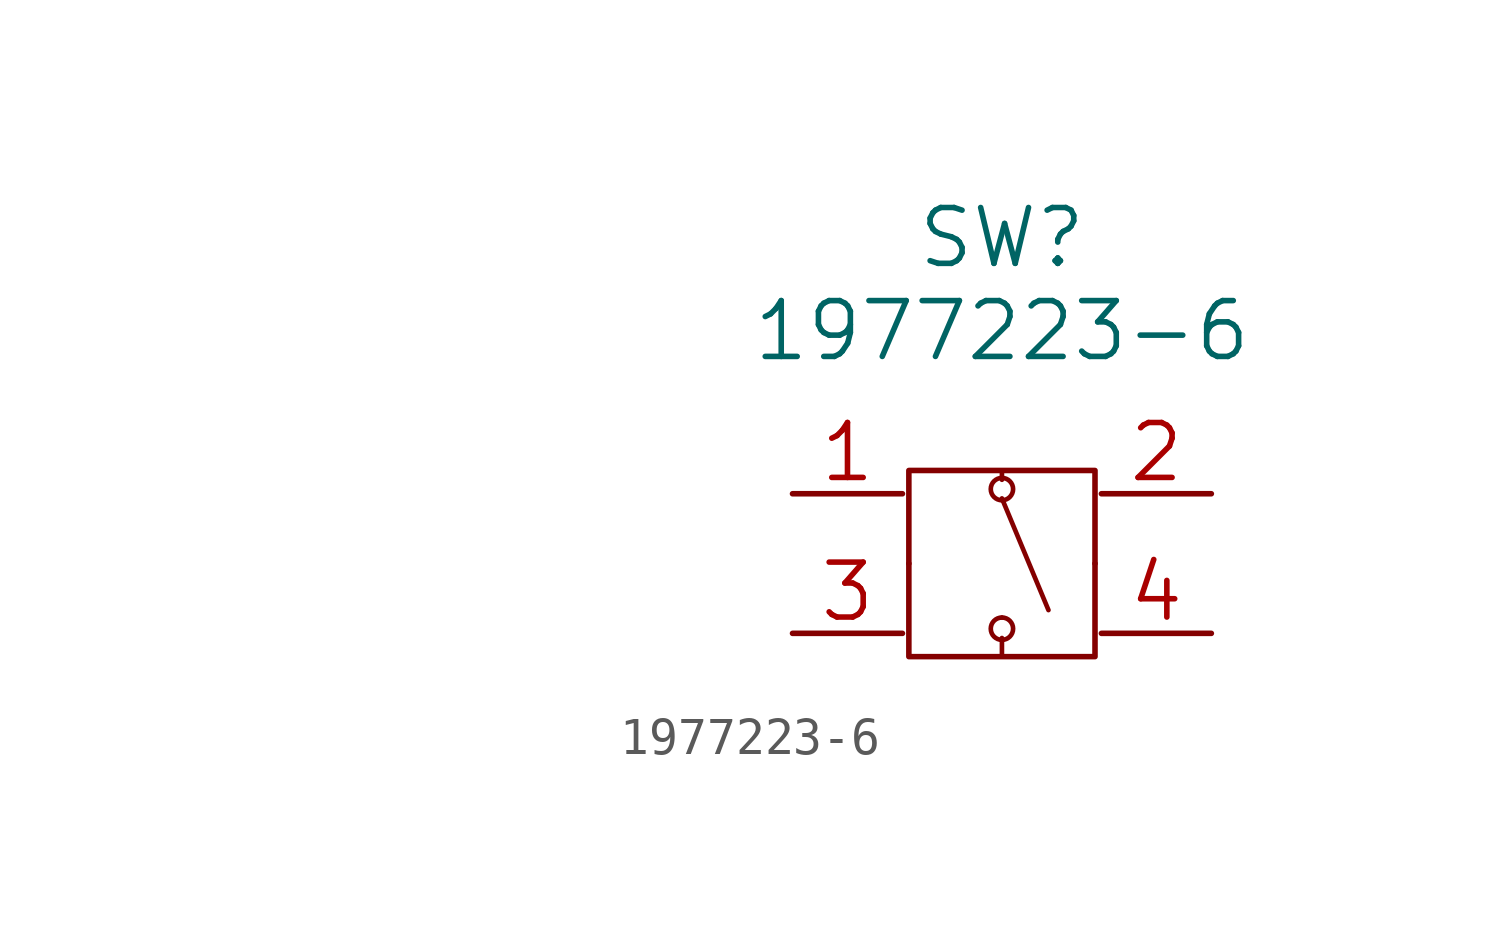
<source format=kicad_sym>
(kicad_symbol_lib
  (version 20211014)
  (generator kicad_symbol_editor)
  (symbol "1977223-6"
    (pin_names
      (offset 0.254) hide)
    (property "Reference" "SW"
      (at 20.32 10.16 0)
      (effects (font (size 1.524 1.524))))
    (property "Value" "1977223-6"
      (at 20.32 7.62 0)
      (effects (font (size 1.524 1.524))))
    (property "Datasheet" ""
      (at 0 0 0)
      (effects (font (size 1.524 1.524))))
    (property "ki_locked" ""
      (at 0 0 0)
      (effects (font (size 1.27 1.27))))
    (symbol "1977223-6_0_1"
      (polyline (pts (xy 17.78 1.27) (xy 17.78 -0.635) (xy 17.78 -1.27) (xy 22.86 -1.27) (xy 22.86 -0.635) (xy 22.86 1.27)) (stroke (width 0.152) (type default) (color 0 0 0 0)) (fill (type none)))
      (polyline (pts (xy 17.78 1.27) (xy 17.78 3.175) (xy 17.78 3.81) (xy 22.86 3.81) (xy 22.86 3.175) (xy 22.86 1.27)) (stroke (width 0.152) (type default) (color 0 0 0 0)) (fill (type none))))
    (symbol "1977223-6_1_1"
      (polyline (pts (xy 20.32 -0.762) (xy 20.32 -1.27)) (stroke (width 0.127) (type default) (color 0 0 0 0)) (fill (type none)))
      (polyline (pts (xy 20.32 3.048) (xy 21.59 0)) (stroke (width 0.127) (type default) (color 0 0 0 0)) (fill (type none)))
      (polyline (pts (xy 20.32 3.81) (xy 20.32 3.556)) (stroke (width 0.127) (type default) (color 0 0 0 0)) (fill (type none)))
      (circle (center 20.32 -0.508) (radius 0.305) (stroke (width 0.127) (type default) (color 0 0 0 0)) (fill (type none)))
      (arc (start 20.32 -0.2032) (mid 20.32 -0.8128) (end 20.32 -0.2032) (stroke (width 0.127) (type default) (color 0 0 0 0)) (fill (type none)))
      (arc (start 20.32 2.9972) (mid 20.32 3.6068) (end 20.32 2.9972) (stroke (width 0.127) (type default) (color 0 0 0 0)) (fill (type none)))
      (circle (center 20.32 3.302) (radius 0.305) (stroke (width 0.127) (type default) (color 0 0 0 0)) (fill (type none)))
      (pin unspecified line (at 14.605 3.175 0) (length 3) (name "1" (effects (font (size 1.499 1.499)))) (number "1" (effects (font (size 1.499 1.499)))))
      (pin unspecified line (at 26.035 3.175 180) (length 3) (name "2" (effects (font (size 1.499 1.499)))) (number "2" (effects (font (size 1.499 1.499)))))
      (pin unspecified line (at 14.605 -0.635 0) (length 3) (name "3" (effects (font (size 1.499 1.499)))) (number "3" (effects (font (size 1.499 1.499)))))
      (pin unspecified line (at 26.035 -0.635 180) (length 3) (name "4" (effects (font (size 1.499 1.499)))) (number "4" (effects (font (size 1.499 1.499))))))))
</source>
